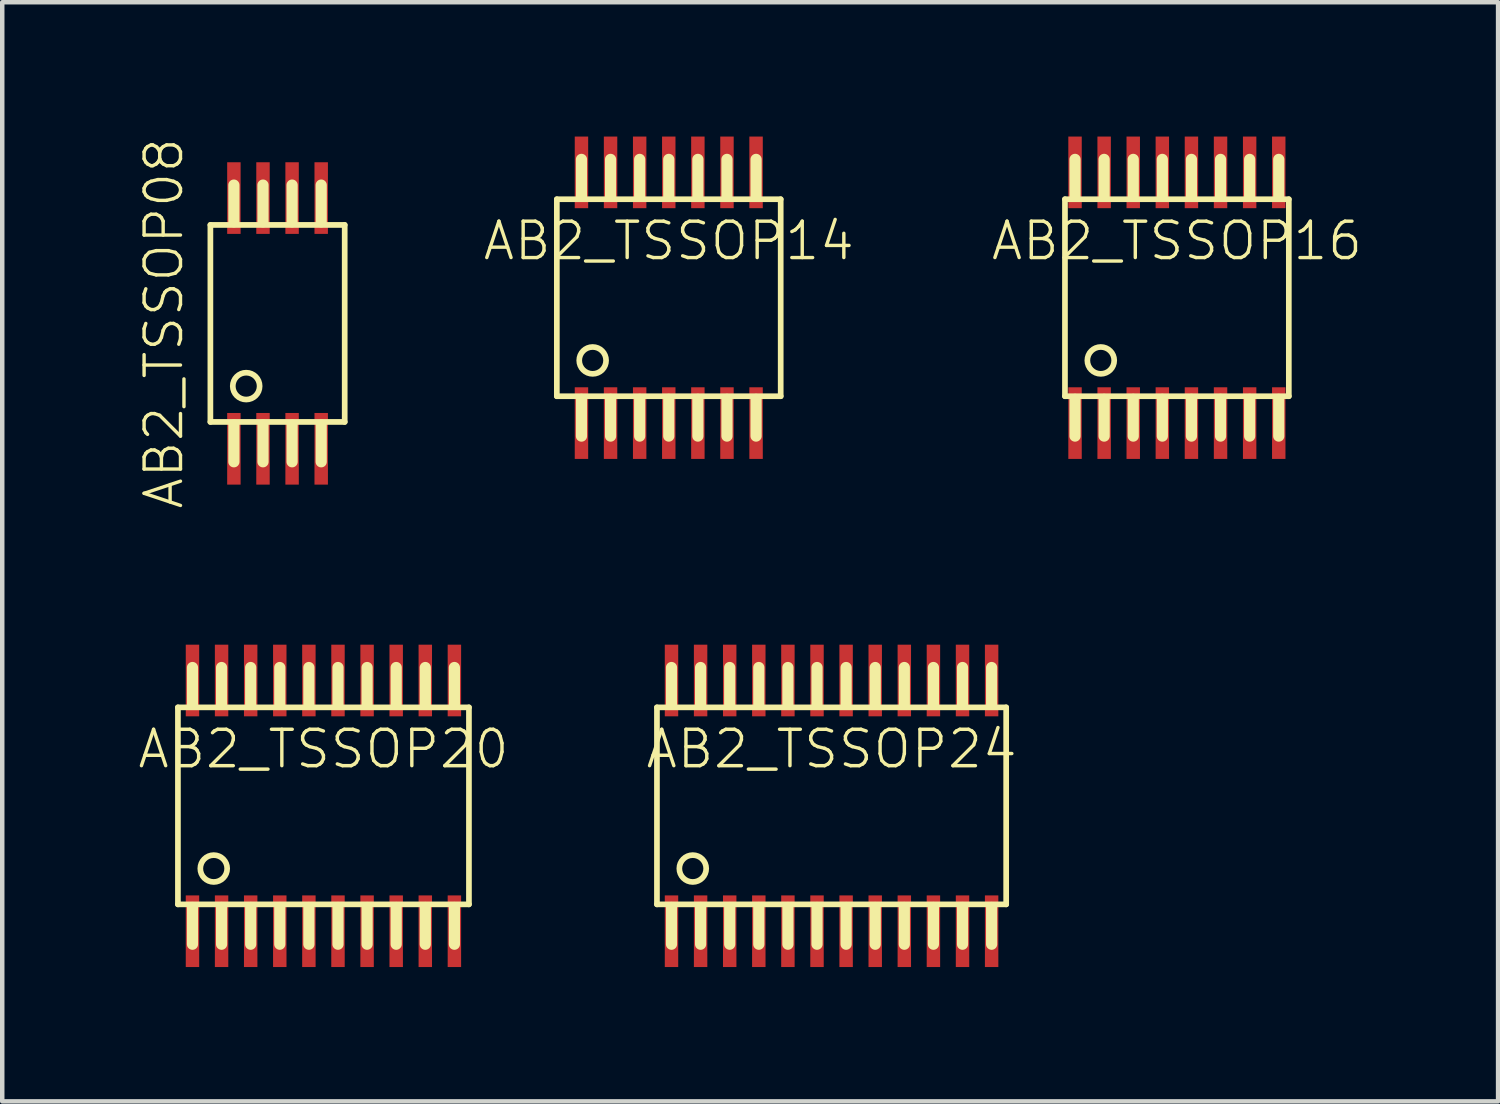
<source format=kicad_pcb>
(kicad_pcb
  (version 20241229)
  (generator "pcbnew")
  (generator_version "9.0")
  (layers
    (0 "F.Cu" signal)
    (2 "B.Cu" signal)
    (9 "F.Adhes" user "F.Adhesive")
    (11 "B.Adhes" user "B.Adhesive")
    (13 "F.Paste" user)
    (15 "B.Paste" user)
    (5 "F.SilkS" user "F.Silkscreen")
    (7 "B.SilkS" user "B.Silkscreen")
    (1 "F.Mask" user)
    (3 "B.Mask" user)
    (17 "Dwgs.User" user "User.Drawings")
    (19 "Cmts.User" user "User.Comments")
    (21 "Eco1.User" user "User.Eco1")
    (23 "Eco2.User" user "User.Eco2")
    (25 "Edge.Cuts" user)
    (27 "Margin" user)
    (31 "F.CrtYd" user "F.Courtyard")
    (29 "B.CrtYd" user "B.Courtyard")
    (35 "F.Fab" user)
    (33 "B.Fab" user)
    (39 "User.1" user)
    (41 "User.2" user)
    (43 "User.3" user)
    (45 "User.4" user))
  (footprint "AB2_TSSOP24"
    (layer "F.Cu")
    (at 15.523 14.949)
    (property "Reference" "AB2_TSSOP24" (at 0 -1.27 0) (layer "F.SilkS") (effects (font (size 0.813 0.813) (thickness 0.076))))
    (attr through_hole)
    (fp_line (start -3.9 -2.2) (end 3.9 -2.2) (stroke (width 0.127) (type solid)) (layer "F.SilkS"))
    (fp_line (start -3.9 2.2) (end -3.9 -2.2) (stroke (width 0.127) (type solid)) (layer "F.SilkS"))
    (fp_line (start -3.575 -2.27) (end -3.575 -3.09) (stroke (width 0.25) (type solid)) (layer "F.SilkS"))
    (fp_line (start -3.575 2.27) (end -3.575 3.09) (stroke (width 0.25) (type solid)) (layer "F.SilkS"))
    (fp_line (start -2.925 -2.27) (end -2.925 -3.09) (stroke (width 0.25) (type solid)) (layer "F.SilkS"))
    (fp_line (start -2.925 2.27) (end -2.925 3.09) (stroke (width 0.25) (type solid)) (layer "F.SilkS"))
    (fp_line (start -2.275 -2.27) (end -2.275 -3.09) (stroke (width 0.25) (type solid)) (layer "F.SilkS"))
    (fp_line (start -2.275 2.27) (end -2.275 3.09) (stroke (width 0.25) (type solid)) (layer "F.SilkS"))
    (fp_line (start -1.625 -2.27) (end -1.625 -3.09) (stroke (width 0.25) (type solid)) (layer "F.SilkS"))
    (fp_line (start -1.625 2.27) (end -1.625 3.09) (stroke (width 0.25) (type solid)) (layer "F.SilkS"))
    (fp_line (start -0.975 -2.27) (end -0.975 -3.09) (stroke (width 0.25) (type solid)) (layer "F.SilkS"))
    (fp_line (start -0.975 2.27) (end -0.975 3.09) (stroke (width 0.25) (type solid)) (layer "F.SilkS"))
    (fp_line (start -0.325 -2.27) (end -0.325 -3.09) (stroke (width 0.25) (type solid)) (layer "F.SilkS"))
    (fp_line (start -0.325 2.27) (end -0.325 3.09) (stroke (width 0.25) (type solid)) (layer "F.SilkS"))
    (fp_line (start 0.325 -2.27) (end 0.325 -3.09) (stroke (width 0.25) (type solid)) (layer "F.SilkS"))
    (fp_line (start 0.325 2.27) (end 0.325 3.09) (stroke (width 0.25) (type solid)) (layer "F.SilkS"))
    (fp_line (start 0.975 -2.27) (end 0.975 -3.09) (stroke (width 0.25) (type solid)) (layer "F.SilkS"))
    (fp_line (start 0.975 2.27) (end 0.975 3.09) (stroke (width 0.25) (type solid)) (layer "F.SilkS"))
    (fp_line (start 1.625 -2.27) (end 1.625 -3.09) (stroke (width 0.25) (type solid)) (layer "F.SilkS"))
    (fp_line (start 1.625 2.27) (end 1.625 3.09) (stroke (width 0.25) (type solid)) (layer "F.SilkS"))
    (fp_line (start 2.275 -2.27) (end 2.275 -3.09) (stroke (width 0.25) (type solid)) (layer "F.SilkS"))
    (fp_line (start 2.275 2.27) (end 2.275 3.09) (stroke (width 0.25) (type solid)) (layer "F.SilkS"))
    (fp_line (start 2.925 -2.27) (end 2.925 -3.09) (stroke (width 0.25) (type solid)) (layer "F.SilkS"))
    (fp_line (start 2.925 2.27) (end 2.925 3.09) (stroke (width 0.25) (type solid)) (layer "F.SilkS"))
    (fp_line (start 3.575 -2.27) (end 3.575 -3.09) (stroke (width 0.25) (type solid)) (layer "F.SilkS"))
    (fp_line (start 3.575 2.27) (end 3.575 3.09) (stroke (width 0.25) (type solid)) (layer "F.SilkS"))
    (fp_line (start 3.9 -2.2) (end 3.9 2.2) (stroke (width 0.127) (type solid)) (layer "F.SilkS"))
    (fp_line (start 3.9 2.2) (end -3.9 2.2) (stroke (width 0.127) (type solid)) (layer "F.SilkS"))
    (fp_circle (center -3.1 1.4) (end -3.1 1.1) (stroke (width 0.127) (type solid)) (fill no) (layer "F.SilkS"))
    (pad "1" smd rect (at -3.575 2.8) (size 0.3 1.6) (layers "F.Cu" "F.Mask" "F.Paste"))
    (pad "2" smd rect (at -2.925 2.8) (size 0.3 1.6) (layers "F.Cu" "F.Mask" "F.Paste"))
    (pad "3" smd rect (at -2.275 2.8) (size 0.3 1.6) (layers "F.Cu" "F.Mask" "F.Paste"))
    (pad "4" smd rect (at -1.625 2.8) (size 0.3 1.6) (layers "F.Cu" "F.Mask" "F.Paste"))
    (pad "5" smd rect (at -0.975 2.8) (size 0.3 1.6) (layers "F.Cu" "F.Mask" "F.Paste"))
    (pad "6" smd rect (at -0.325 2.8) (size 0.3 1.6) (layers "F.Cu" "F.Mask" "F.Paste"))
    (pad "7" smd rect (at 0.325 2.8) (size 0.3 1.6) (layers "F.Cu" "F.Mask" "F.Paste"))
    (pad "8" smd rect (at 0.975 2.8) (size 0.3 1.6) (layers "F.Cu" "F.Mask" "F.Paste"))
    (pad "9" smd rect (at 1.625 2.8) (size 0.3 1.6) (layers "F.Cu" "F.Mask" "F.Paste"))
    (pad "10" smd rect (at 2.275 2.8) (size 0.3 1.6) (layers "F.Cu" "F.Mask" "F.Paste"))
    (pad "11" smd rect (at 2.925 2.8) (size 0.3 1.6) (layers "F.Cu" "F.Mask" "F.Paste"))
    (pad "12" smd rect (at 3.575 2.8) (size 0.3 1.6) (layers "F.Cu" "F.Mask" "F.Paste"))
    (pad "13" smd rect (at 3.575 -2.8) (size 0.3 1.6) (layers "F.Cu" "F.Mask" "F.Paste"))
    (pad "14" smd rect (at 2.925 -2.8) (size 0.3 1.6) (layers "F.Cu" "F.Mask" "F.Paste"))
    (pad "15" smd rect (at 2.275 -2.8) (size 0.3 1.6) (layers "F.Cu" "F.Mask" "F.Paste"))
    (pad "16" smd rect (at 1.625 -2.8) (size 0.3 1.6) (layers "F.Cu" "F.Mask" "F.Paste"))
    (pad "17" smd rect (at 0.975 -2.8) (size 0.3 1.6) (layers "F.Cu" "F.Mask" "F.Paste"))
    (pad "18" smd rect (at 0.325 -2.8) (size 0.3 1.6) (layers "F.Cu" "F.Mask" "F.Paste"))
    (pad "19" smd rect (at -0.325 -2.8) (size 0.3 1.6) (layers "F.Cu" "F.Mask" "F.Paste"))
    (pad "20" smd rect (at -0.975 -2.8) (size 0.3 1.6) (layers "F.Cu" "F.Mask" "F.Paste"))
    (pad "21" smd rect (at -1.625 -2.8) (size 0.3 1.6) (layers "F.Cu" "F.Mask" "F.Paste"))
    (pad "22" smd rect (at -2.275 -2.8) (size 0.3 1.6) (layers "F.Cu" "F.Mask" "F.Paste"))
    (pad "23" smd rect (at -2.925 -2.8) (size 0.3 1.6) (layers "F.Cu" "F.Mask" "F.Paste"))
    (pad "24" smd rect (at -3.575 -2.8) (size 0.3 1.6) (layers "F.Cu" "F.Mask" "F.Paste")))
  (footprint "AB2_TSSOP08"
    (layer "F.Cu")
    (at 3.149 4.174)
    (property "Reference" "AB2_TSSOP08" (at -2.54 0 90) (layer "F.SilkS") (effects (font (size 0.813 0.813) (thickness 0.076))))
    (attr through_hole)
    (fp_line (start -1.5 -2.2) (end 1.5 -2.2) (stroke (width 0.127) (type solid)) (layer "F.SilkS"))
    (fp_line (start -1.5 2.2) (end -1.5 -2.2) (stroke (width 0.127) (type solid)) (layer "F.SilkS"))
    (fp_line (start -0.975 -2.27) (end -0.975 -3.09) (stroke (width 0.25) (type solid)) (layer "F.SilkS"))
    (fp_line (start -0.975 2.27) (end -0.975 3.09) (stroke (width 0.25) (type solid)) (layer "F.SilkS"))
    (fp_line (start -0.325 -2.27) (end -0.325 -3.09) (stroke (width 0.25) (type solid)) (layer "F.SilkS"))
    (fp_line (start -0.325 2.27) (end -0.325 3.09) (stroke (width 0.25) (type solid)) (layer "F.SilkS"))
    (fp_line (start 0.325 -2.27) (end 0.325 -3.09) (stroke (width 0.25) (type solid)) (layer "F.SilkS"))
    (fp_line (start 0.325 2.27) (end 0.325 3.09) (stroke (width 0.25) (type solid)) (layer "F.SilkS"))
    (fp_line (start 0.975 -2.27) (end 0.975 -3.09) (stroke (width 0.25) (type solid)) (layer "F.SilkS"))
    (fp_line (start 0.975 2.27) (end 0.975 3.09) (stroke (width 0.25) (type solid)) (layer "F.SilkS"))
    (fp_line (start 1.5 -2.2) (end 1.5 2.2) (stroke (width 0.127) (type solid)) (layer "F.SilkS"))
    (fp_line (start 1.5 2.2) (end -1.5 2.2) (stroke (width 0.127) (type solid)) (layer "F.SilkS"))
    (fp_circle (center -0.7 1.4) (end -0.7 1.1) (stroke (width 0.127) (type solid)) (fill no) (layer "F.SilkS"))
    (pad "1" smd rect (at -0.975 2.8) (size 0.3 1.6) (layers "F.Cu" "F.Mask" "F.Paste"))
    (pad "2" smd rect (at -0.325 2.8) (size 0.3 1.6) (layers "F.Cu" "F.Mask" "F.Paste"))
    (pad "3" smd rect (at 0.325 2.8) (size 0.3 1.6) (layers "F.Cu" "F.Mask" "F.Paste"))
    (pad "4" smd rect (at 0.975 2.8) (size 0.3 1.6) (layers "F.Cu" "F.Mask" "F.Paste"))
    (pad "5" smd rect (at 0.975 -2.8) (size 0.3 1.6) (layers "F.Cu" "F.Mask" "F.Paste"))
    (pad "6" smd rect (at 0.325 -2.8) (size 0.3 1.6) (layers "F.Cu" "F.Mask" "F.Paste"))
    (pad "7" smd rect (at -0.325 -2.8) (size 0.3 1.6) (layers "F.Cu" "F.Mask" "F.Paste"))
    (pad "8" smd rect (at -0.975 -2.8) (size 0.3 1.6) (layers "F.Cu" "F.Mask" "F.Paste")))
  (footprint "AB2_TSSOP20"
    (layer "F.Cu")
    (at 4.174 14.949)
    (property "Reference" "AB2_TSSOP20" (at 0 -1.27 0) (layer "F.SilkS") (effects (font (size 0.813 0.813) (thickness 0.076))))
    (attr through_hole)
    (fp_line (start -3.25 -2.2) (end 3.25 -2.2) (stroke (width 0.127) (type solid)) (layer "F.SilkS"))
    (fp_line (start -3.25 2.2) (end -3.25 -2.2) (stroke (width 0.127) (type solid)) (layer "F.SilkS"))
    (fp_line (start -2.925 -2.27) (end -2.925 -3.09) (stroke (width 0.25) (type solid)) (layer "F.SilkS"))
    (fp_line (start -2.925 2.27) (end -2.925 3.09) (stroke (width 0.25) (type solid)) (layer "F.SilkS"))
    (fp_line (start -2.275 -2.27) (end -2.275 -3.09) (stroke (width 0.25) (type solid)) (layer "F.SilkS"))
    (fp_line (start -2.275 2.27) (end -2.275 3.09) (stroke (width 0.25) (type solid)) (layer "F.SilkS"))
    (fp_line (start -1.625 -2.27) (end -1.625 -3.09) (stroke (width 0.25) (type solid)) (layer "F.SilkS"))
    (fp_line (start -1.625 2.27) (end -1.625 3.09) (stroke (width 0.25) (type solid)) (layer "F.SilkS"))
    (fp_line (start -0.975 -2.27) (end -0.975 -3.09) (stroke (width 0.25) (type solid)) (layer "F.SilkS"))
    (fp_line (start -0.975 2.27) (end -0.975 3.09) (stroke (width 0.25) (type solid)) (layer "F.SilkS"))
    (fp_line (start -0.325 -2.27) (end -0.325 -3.09) (stroke (width 0.25) (type solid)) (layer "F.SilkS"))
    (fp_line (start -0.325 2.27) (end -0.325 3.09) (stroke (width 0.25) (type solid)) (layer "F.SilkS"))
    (fp_line (start 0.325 -2.27) (end 0.325 -3.09) (stroke (width 0.25) (type solid)) (layer "F.SilkS"))
    (fp_line (start 0.325 2.27) (end 0.325 3.09) (stroke (width 0.25) (type solid)) (layer "F.SilkS"))
    (fp_line (start 0.975 -2.27) (end 0.975 -3.09) (stroke (width 0.25) (type solid)) (layer "F.SilkS"))
    (fp_line (start 0.975 2.27) (end 0.975 3.09) (stroke (width 0.25) (type solid)) (layer "F.SilkS"))
    (fp_line (start 1.625 -2.27) (end 1.625 -3.09) (stroke (width 0.25) (type solid)) (layer "F.SilkS"))
    (fp_line (start 1.625 2.27) (end 1.625 3.09) (stroke (width 0.25) (type solid)) (layer "F.SilkS"))
    (fp_line (start 2.275 -2.27) (end 2.275 -3.09) (stroke (width 0.25) (type solid)) (layer "F.SilkS"))
    (fp_line (start 2.275 2.27) (end 2.275 3.09) (stroke (width 0.25) (type solid)) (layer "F.SilkS"))
    (fp_line (start 2.925 -2.27) (end 2.925 -3.09) (stroke (width 0.25) (type solid)) (layer "F.SilkS"))
    (fp_line (start 2.925 2.27) (end 2.925 3.09) (stroke (width 0.25) (type solid)) (layer "F.SilkS"))
    (fp_line (start 3.25 -2.2) (end 3.25 2.2) (stroke (width 0.127) (type solid)) (layer "F.SilkS"))
    (fp_line (start 3.25 2.2) (end -3.25 2.2) (stroke (width 0.127) (type solid)) (layer "F.SilkS"))
    (fp_circle (center -2.45 1.4) (end -2.45 1.1) (stroke (width 0.127) (type solid)) (fill no) (layer "F.SilkS"))
    (pad "1" smd rect (at -2.925 2.8) (size 0.3 1.6) (layers "F.Cu" "F.Mask" "F.Paste"))
    (pad "2" smd rect (at -2.275 2.8) (size 0.3 1.6) (layers "F.Cu" "F.Mask" "F.Paste"))
    (pad "3" smd rect (at -1.625 2.8) (size 0.3 1.6) (layers "F.Cu" "F.Mask" "F.Paste"))
    (pad "4" smd rect (at -0.975 2.8) (size 0.3 1.6) (layers "F.Cu" "F.Mask" "F.Paste"))
    (pad "5" smd rect (at -0.325 2.8) (size 0.3 1.6) (layers "F.Cu" "F.Mask" "F.Paste"))
    (pad "6" smd rect (at 0.325 2.8) (size 0.3 1.6) (layers "F.Cu" "F.Mask" "F.Paste"))
    (pad "7" smd rect (at 0.975 2.8) (size 0.3 1.6) (layers "F.Cu" "F.Mask" "F.Paste"))
    (pad "8" smd rect (at 1.625 2.8) (size 0.3 1.6) (layers "F.Cu" "F.Mask" "F.Paste"))
    (pad "9" smd rect (at 2.275 2.8) (size 0.3 1.6) (layers "F.Cu" "F.Mask" "F.Paste"))
    (pad "10" smd rect (at 2.925 2.8) (size 0.3 1.6) (layers "F.Cu" "F.Mask" "F.Paste"))
    (pad "11" smd rect (at 2.925 -2.8) (size 0.3 1.6) (layers "F.Cu" "F.Mask" "F.Paste"))
    (pad "12" smd rect (at 2.275 -2.8) (size 0.3 1.6) (layers "F.Cu" "F.Mask" "F.Paste"))
    (pad "13" smd rect (at 1.625 -2.8) (size 0.3 1.6) (layers "F.Cu" "F.Mask" "F.Paste"))
    (pad "14" smd rect (at 0.975 -2.8) (size 0.3 1.6) (layers "F.Cu" "F.Mask" "F.Paste"))
    (pad "15" smd rect (at 0.325 -2.8) (size 0.3 1.6) (layers "F.Cu" "F.Mask" "F.Paste"))
    (pad "16" smd rect (at -0.325 -2.8) (size 0.3 1.6) (layers "F.Cu" "F.Mask" "F.Paste"))
    (pad "17" smd rect (at -0.975 -2.8) (size 0.3 1.6) (layers "F.Cu" "F.Mask" "F.Paste"))
    (pad "18" smd rect (at -1.625 -2.8) (size 0.3 1.6) (layers "F.Cu" "F.Mask" "F.Paste"))
    (pad "19" smd rect (at -2.275 -2.8) (size 0.3 1.6) (layers "F.Cu" "F.Mask" "F.Paste"))
    (pad "20" smd rect (at -2.925 -2.8) (size 0.3 1.6) (layers "F.Cu" "F.Mask" "F.Paste")))
  (footprint "AB2_TSSOP16"
    (layer "F.Cu")
    (at 23.236 3.6)
    (property "Reference" "AB2_TSSOP16" (at 0 -1.27 0) (layer "F.SilkS") (effects (font (size 0.813 0.813) (thickness 0.076))))
    (attr through_hole)
    (fp_line (start -2.5 -2.2) (end 2.5 -2.2) (stroke (width 0.127) (type solid)) (layer "F.SilkS"))
    (fp_line (start -2.5 2.2) (end -2.5 -2.2) (stroke (width 0.127) (type solid)) (layer "F.SilkS"))
    (fp_line (start -2.275 -2.27) (end -2.275 -3.09) (stroke (width 0.25) (type solid)) (layer "F.SilkS"))
    (fp_line (start -2.275 2.27) (end -2.275 3.09) (stroke (width 0.25) (type solid)) (layer "F.SilkS"))
    (fp_line (start -1.625 -2.27) (end -1.625 -3.09) (stroke (width 0.25) (type solid)) (layer "F.SilkS"))
    (fp_line (start -1.625 2.27) (end -1.625 3.09) (stroke (width 0.25) (type solid)) (layer "F.SilkS"))
    (fp_line (start -0.975 -2.27) (end -0.975 -3.09) (stroke (width 0.25) (type solid)) (layer "F.SilkS"))
    (fp_line (start -0.975 2.27) (end -0.975 3.09) (stroke (width 0.25) (type solid)) (layer "F.SilkS"))
    (fp_line (start -0.325 -2.27) (end -0.325 -3.09) (stroke (width 0.25) (type solid)) (layer "F.SilkS"))
    (fp_line (start -0.325 2.27) (end -0.325 3.09) (stroke (width 0.25) (type solid)) (layer "F.SilkS"))
    (fp_line (start 0.325 -2.27) (end 0.325 -3.09) (stroke (width 0.25) (type solid)) (layer "F.SilkS"))
    (fp_line (start 0.325 2.27) (end 0.325 3.09) (stroke (width 0.25) (type solid)) (layer "F.SilkS"))
    (fp_line (start 0.975 -2.27) (end 0.975 -3.09) (stroke (width 0.25) (type solid)) (layer "F.SilkS"))
    (fp_line (start 0.975 2.27) (end 0.975 3.09) (stroke (width 0.25) (type solid)) (layer "F.SilkS"))
    (fp_line (start 1.625 -2.27) (end 1.625 -3.09) (stroke (width 0.25) (type solid)) (layer "F.SilkS"))
    (fp_line (start 1.625 2.27) (end 1.625 3.09) (stroke (width 0.25) (type solid)) (layer "F.SilkS"))
    (fp_line (start 2.275 -2.27) (end 2.275 -3.09) (stroke (width 0.25) (type solid)) (layer "F.SilkS"))
    (fp_line (start 2.275 2.27) (end 2.275 3.09) (stroke (width 0.25) (type solid)) (layer "F.SilkS"))
    (fp_line (start 2.5 -2.2) (end 2.5 2.2) (stroke (width 0.127) (type solid)) (layer "F.SilkS"))
    (fp_line (start 2.5 2.2) (end -2.5 2.2) (stroke (width 0.127) (type solid)) (layer "F.SilkS"))
    (fp_circle (center -1.7 1.4) (end -1.7 1.1) (stroke (width 0.127) (type solid)) (fill no) (layer "F.SilkS"))
    (pad "1" smd rect (at -2.275 2.8) (size 0.3 1.6) (layers "F.Cu" "F.Mask" "F.Paste"))
    (pad "2" smd rect (at -1.625 2.8) (size 0.3 1.6) (layers "F.Cu" "F.Mask" "F.Paste"))
    (pad "3" smd rect (at -0.975 2.8) (size 0.3 1.6) (layers "F.Cu" "F.Mask" "F.Paste"))
    (pad "4" smd rect (at -0.325 2.8) (size 0.3 1.6) (layers "F.Cu" "F.Mask" "F.Paste"))
    (pad "5" smd rect (at 0.325 2.8) (size 0.3 1.6) (layers "F.Cu" "F.Mask" "F.Paste"))
    (pad "6" smd rect (at 0.975 2.8) (size 0.3 1.6) (layers "F.Cu" "F.Mask" "F.Paste"))
    (pad "7" smd rect (at 1.625 2.8) (size 0.3 1.6) (layers "F.Cu" "F.Mask" "F.Paste"))
    (pad "8" smd rect (at 2.275 2.8) (size 0.3 1.6) (layers "F.Cu" "F.Mask" "F.Paste"))
    (pad "9" smd rect (at 2.275 -2.8) (size 0.3 1.6) (layers "F.Cu" "F.Mask" "F.Paste"))
    (pad "10" smd rect (at 1.625 -2.8) (size 0.3 1.6) (layers "F.Cu" "F.Mask" "F.Paste"))
    (pad "11" smd rect (at 0.975 -2.8) (size 0.3 1.6) (layers "F.Cu" "F.Mask" "F.Paste"))
    (pad "12" smd rect (at 0.325 -2.8) (size 0.3 1.6) (layers "F.Cu" "F.Mask" "F.Paste"))
    (pad "13" smd rect (at -0.325 -2.8) (size 0.3 1.6) (layers "F.Cu" "F.Mask" "F.Paste"))
    (pad "14" smd rect (at -0.975 -2.8) (size 0.3 1.6) (layers "F.Cu" "F.Mask" "F.Paste"))
    (pad "15" smd rect (at -1.625 -2.8) (size 0.3 1.6) (layers "F.Cu" "F.Mask" "F.Paste"))
    (pad "16" smd rect (at -2.275 -2.8) (size 0.3 1.6) (layers "F.Cu" "F.Mask" "F.Paste")))
  (footprint "AB2_TSSOP14"
    (layer "F.Cu")
    (at 11.887 3.6)
    (property "Reference" "AB2_TSSOP14" (at 0 -1.27 0) (layer "F.SilkS") (effects (font (size 0.813 0.813) (thickness 0.076))))
    (attr through_hole)
    (fp_line (start -2.5 -2.2) (end 2.5 -2.2) (stroke (width 0.127) (type solid)) (layer "F.SilkS"))
    (fp_line (start -2.5 2.2) (end -2.5 -2.2) (stroke (width 0.127) (type solid)) (layer "F.SilkS"))
    (fp_line (start -1.95 -2.27) (end -1.95 -3.09) (stroke (width 0.25) (type solid)) (layer "F.SilkS"))
    (fp_line (start -1.95 2.27) (end -1.95 3.09) (stroke (width 0.25) (type solid)) (layer "F.SilkS"))
    (fp_line (start -1.3 -2.27) (end -1.3 -3.09) (stroke (width 0.25) (type solid)) (layer "F.SilkS"))
    (fp_line (start -1.3 2.27) (end -1.3 3.09) (stroke (width 0.25) (type solid)) (layer "F.SilkS"))
    (fp_line (start -0.65 -2.27) (end -0.65 -3.09) (stroke (width 0.25) (type solid)) (layer "F.SilkS"))
    (fp_line (start -0.65 2.27) (end -0.65 3.09) (stroke (width 0.25) (type solid)) (layer "F.SilkS"))
    (fp_line (start 0 -2.27) (end 0 -3.09) (stroke (width 0.25) (type solid)) (layer "F.SilkS"))
    (fp_line (start 0 2.27) (end 0 3.09) (stroke (width 0.25) (type solid)) (layer "F.SilkS"))
    (fp_line (start 0.65 -2.27) (end 0.65 -3.09) (stroke (width 0.25) (type solid)) (layer "F.SilkS"))
    (fp_line (start 0.65 2.27) (end 0.65 3.09) (stroke (width 0.25) (type solid)) (layer "F.SilkS"))
    (fp_line (start 1.3 -2.27) (end 1.3 -3.09) (stroke (width 0.25) (type solid)) (layer "F.SilkS"))
    (fp_line (start 1.3 2.27) (end 1.3 3.09) (stroke (width 0.25) (type solid)) (layer "F.SilkS"))
    (fp_line (start 1.95 -2.27) (end 1.95 -3.09) (stroke (width 0.25) (type solid)) (layer "F.SilkS"))
    (fp_line (start 1.95 2.27) (end 1.95 3.09) (stroke (width 0.25) (type solid)) (layer "F.SilkS"))
    (fp_line (start 2.5 -2.2) (end 2.5 2.2) (stroke (width 0.127) (type solid)) (layer "F.SilkS"))
    (fp_line (start 2.5 2.2) (end -2.5 2.2) (stroke (width 0.127) (type solid)) (layer "F.SilkS"))
    (fp_circle (center -1.7 1.4) (end -1.7 1.1) (stroke (width 0.127) (type solid)) (fill no) (layer "F.SilkS"))
    (pad "1" smd rect (at -1.95 2.8) (size 0.3 1.6) (layers "F.Cu" "F.Mask" "F.Paste"))
    (pad "2" smd rect (at -1.3 2.8) (size 0.3 1.6) (layers "F.Cu" "F.Mask" "F.Paste"))
    (pad "3" smd rect (at -0.65 2.8) (size 0.3 1.6) (layers "F.Cu" "F.Mask" "F.Paste"))
    (pad "4" smd rect (at 0 2.8) (size 0.3 1.6) (layers "F.Cu" "F.Mask" "F.Paste"))
    (pad "5" smd rect (at 0.65 2.8) (size 0.3 1.6) (layers "F.Cu" "F.Mask" "F.Paste"))
    (pad "6" smd rect (at 1.3 2.8) (size 0.3 1.6) (layers "F.Cu" "F.Mask" "F.Paste"))
    (pad "7" smd rect (at 1.95 2.8) (size 0.3 1.6) (layers "F.Cu" "F.Mask" "F.Paste"))
    (pad "8" smd rect (at 1.95 -2.8) (size 0.3 1.6) (layers "F.Cu" "F.Mask" "F.Paste"))
    (pad "9" smd rect (at 1.3 -2.8) (size 0.3 1.6) (layers "F.Cu" "F.Mask" "F.Paste"))
    (pad "10" smd rect (at 0.65 -2.8) (size 0.3 1.6) (layers "F.Cu" "F.Mask" "F.Paste"))
    (pad "11" smd rect (at 0 -2.8) (size 0.3 1.6) (layers "F.Cu" "F.Mask" "F.Paste"))
    (pad "12" smd rect (at -0.65 -2.8) (size 0.3 1.6) (layers "F.Cu" "F.Mask" "F.Paste"))
    (pad "13" smd rect (at -1.3 -2.8) (size 0.3 1.6) (layers "F.Cu" "F.Mask" "F.Paste"))
    (pad "14" smd rect (at -1.95 -2.8) (size 0.3 1.6) (layers "F.Cu" "F.Mask" "F.Paste")))
  (gr_rect
    (start -3 -3)
    (end 30.41 21.549)
    (stroke (width 0.1) (type default))
    (fill no)
    (layer "Edge.Cuts")))
</source>
